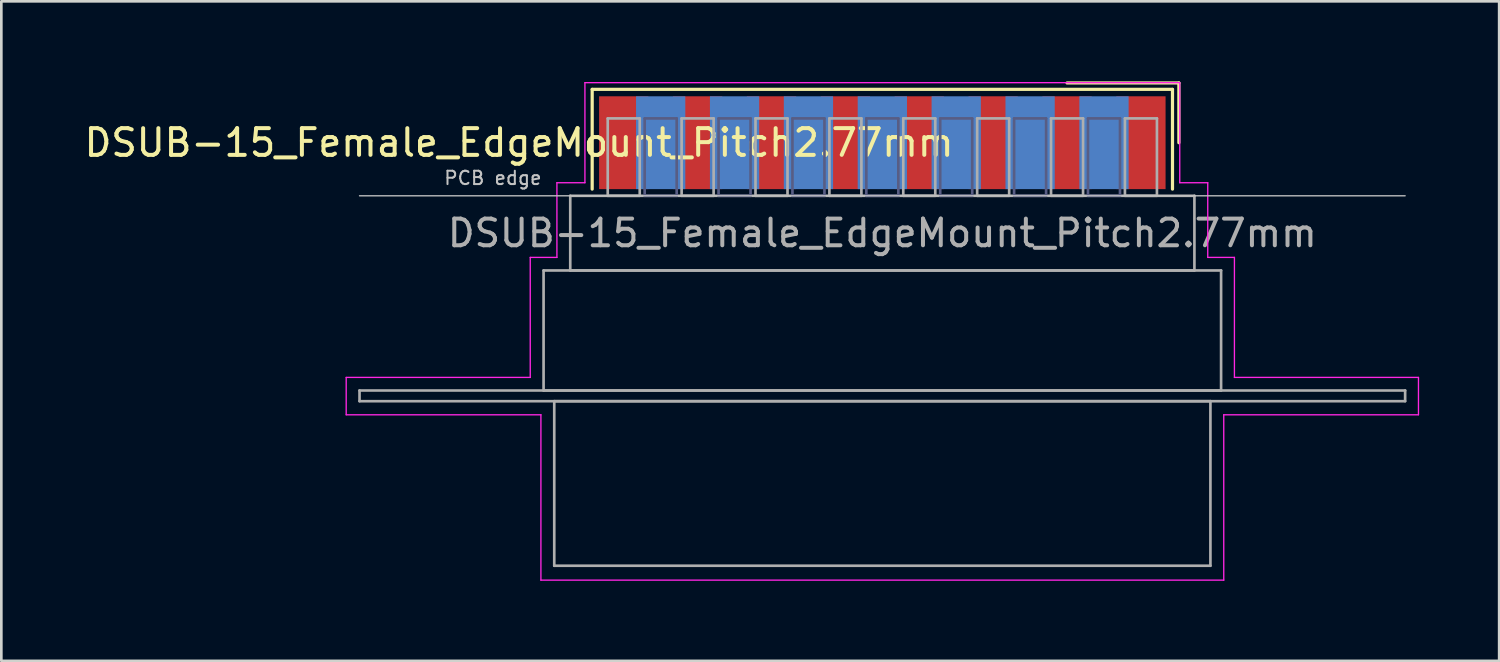
<source format=kicad_pcb>
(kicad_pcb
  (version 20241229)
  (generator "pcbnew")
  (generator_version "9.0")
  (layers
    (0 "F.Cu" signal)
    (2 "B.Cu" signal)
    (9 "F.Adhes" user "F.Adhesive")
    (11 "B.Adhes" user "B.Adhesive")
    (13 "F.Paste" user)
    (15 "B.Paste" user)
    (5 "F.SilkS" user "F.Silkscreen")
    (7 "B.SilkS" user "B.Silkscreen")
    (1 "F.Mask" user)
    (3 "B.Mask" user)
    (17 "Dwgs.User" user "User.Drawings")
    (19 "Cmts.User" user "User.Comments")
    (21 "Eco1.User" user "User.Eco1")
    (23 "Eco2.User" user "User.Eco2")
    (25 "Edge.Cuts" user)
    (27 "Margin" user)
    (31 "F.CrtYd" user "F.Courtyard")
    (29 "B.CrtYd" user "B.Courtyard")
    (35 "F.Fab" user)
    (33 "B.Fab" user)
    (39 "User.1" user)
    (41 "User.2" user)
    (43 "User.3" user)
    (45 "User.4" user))
  (footprint "DSUB-15_Female_EdgeMount_Pitch2.77mm"
    (layer "F.Cu")
    (at 30.029 2.3)
    (property "Reference" "DSUB-15_Female_EdgeMount_Pitch2.77mm" (at -13.618 0 0) (layer "F.SilkS") (effects (font (size 1 1) (thickness 0.15))))
    (attr smd)
    (fp_line (start -10.878 -2) (end -10.878 1.74) (stroke (width 0.12) (type solid)) (layer "F.SilkS"))
    (fp_line (start 10.878 -2) (end -10.878 -2) (stroke (width 0.12) (type solid)) (layer "F.SilkS"))
    (fp_line (start 10.878 1.74) (end 10.878 -2) (stroke (width 0.12) (type solid)) (layer "F.SilkS"))
    (fp_line (start 11.118 -2.24) (end 6.925 -2.24) (stroke (width 0.12) (type solid)) (layer "F.SilkS"))
    (fp_line (start 11.118 0) (end 11.118 -2.24) (stroke (width 0.12) (type solid)) (layer "F.SilkS"))
    (fp_line (start -19.6 1.99) (end 19.6 1.99) (stroke (width 0.05) (type solid)) (layer "Dwgs.User"))
    (fp_line (start -20.1 8.8) (end -13.2 8.8) (stroke (width 0.05) (type solid)) (layer "F.CrtYd"))
    (fp_line (start -20.1 10.2) (end -20.1 8.8) (stroke (width 0.05) (type solid)) (layer "F.CrtYd"))
    (fp_line (start -13.2 4.3) (end -12.2 4.3) (stroke (width 0.05) (type solid)) (layer "F.CrtYd"))
    (fp_line (start -13.2 8.8) (end -13.2 4.3) (stroke (width 0.05) (type solid)) (layer "F.CrtYd"))
    (fp_line (start -12.8 10.2) (end -20.1 10.2) (stroke (width 0.05) (type solid)) (layer "F.CrtYd"))
    (fp_line (start -12.8 16.4) (end -12.8 10.2) (stroke (width 0.05) (type solid)) (layer "F.CrtYd"))
    (fp_line (start -12.2 1.5) (end -11.15 1.5) (stroke (width 0.05) (type solid)) (layer "F.CrtYd"))
    (fp_line (start -12.2 4.3) (end -12.2 1.5) (stroke (width 0.05) (type solid)) (layer "F.CrtYd"))
    (fp_line (start -11.15 -2.25) (end 11.15 -2.25) (stroke (width 0.05) (type solid)) (layer "F.CrtYd"))
    (fp_line (start -11.15 1.5) (end -11.15 -2.25) (stroke (width 0.05) (type solid)) (layer "F.CrtYd"))
    (fp_line (start 11.15 -2.25) (end 11.15 1.5) (stroke (width 0.05) (type solid)) (layer "F.CrtYd"))
    (fp_line (start 11.15 1.5) (end 12.2 1.5) (stroke (width 0.05) (type solid)) (layer "F.CrtYd"))
    (fp_line (start 12.2 1.5) (end 12.2 4.3) (stroke (width 0.05) (type solid)) (layer "F.CrtYd"))
    (fp_line (start 12.2 4.3) (end 13.2 4.3) (stroke (width 0.05) (type solid)) (layer "F.CrtYd"))
    (fp_line (start 12.8 10.2) (end 12.8 16.4) (stroke (width 0.05) (type solid)) (layer "F.CrtYd"))
    (fp_line (start 12.8 16.4) (end -12.8 16.4) (stroke (width 0.05) (type solid)) (layer "F.CrtYd"))
    (fp_line (start 13.2 4.3) (end 13.2 8.8) (stroke (width 0.05) (type solid)) (layer "F.CrtYd"))
    (fp_line (start 13.2 8.8) (end 20.1 8.8) (stroke (width 0.05) (type solid)) (layer "F.CrtYd"))
    (fp_line (start 20.1 8.8) (end 20.1 10.2) (stroke (width 0.05) (type solid)) (layer "F.CrtYd"))
    (fp_line (start 20.1 10.2) (end 12.8 10.2) (stroke (width 0.05) (type solid)) (layer "F.CrtYd"))
    (fp_line (start -8.91 -0.91) (end -8.91 1.99) (stroke (width 0.1) (type solid)) (layer "B.Fab"))
    (fp_line (start -8.91 1.99) (end -7.71 1.99) (stroke (width 0.1) (type solid)) (layer "B.Fab"))
    (fp_line (start -7.71 -0.91) (end -8.91 -0.91) (stroke (width 0.1) (type solid)) (layer "B.Fab"))
    (fp_line (start -7.71 1.99) (end -7.71 -0.91) (stroke (width 0.1) (type solid)) (layer "B.Fab"))
    (fp_line (start -6.14 -0.91) (end -6.14 1.99) (stroke (width 0.1) (type solid)) (layer "B.Fab"))
    (fp_line (start -6.14 1.99) (end -4.94 1.99) (stroke (width 0.1) (type solid)) (layer "B.Fab"))
    (fp_line (start -4.94 -0.91) (end -6.14 -0.91) (stroke (width 0.1) (type solid)) (layer "B.Fab"))
    (fp_line (start -4.94 1.99) (end -4.94 -0.91) (stroke (width 0.1) (type solid)) (layer "B.Fab"))
    (fp_line (start -3.37 -0.91) (end -3.37 1.99) (stroke (width 0.1) (type solid)) (layer "B.Fab"))
    (fp_line (start -3.37 1.99) (end -2.17 1.99) (stroke (width 0.1) (type solid)) (layer "B.Fab"))
    (fp_line (start -2.17 -0.91) (end -3.37 -0.91) (stroke (width 0.1) (type solid)) (layer "B.Fab"))
    (fp_line (start -2.17 1.99) (end -2.17 -0.91) (stroke (width 0.1) (type solid)) (layer "B.Fab"))
    (fp_line (start -0.6 -0.91) (end -0.6 1.99) (stroke (width 0.1) (type solid)) (layer "B.Fab"))
    (fp_line (start -0.6 1.99) (end 0.6 1.99) (stroke (width 0.1) (type solid)) (layer "B.Fab"))
    (fp_line (start 0.6 -0.91) (end -0.6 -0.91) (stroke (width 0.1) (type solid)) (layer "B.Fab"))
    (fp_line (start 0.6 1.99) (end 0.6 -0.91) (stroke (width 0.1) (type solid)) (layer "B.Fab"))
    (fp_line (start 2.17 -0.91) (end 2.17 1.99) (stroke (width 0.1) (type solid)) (layer "B.Fab"))
    (fp_line (start 2.17 1.99) (end 3.37 1.99) (stroke (width 0.1) (type solid)) (layer "B.Fab"))
    (fp_line (start 3.37 -0.91) (end 2.17 -0.91) (stroke (width 0.1) (type solid)) (layer "B.Fab"))
    (fp_line (start 3.37 1.99) (end 3.37 -0.91) (stroke (width 0.1) (type solid)) (layer "B.Fab"))
    (fp_line (start 4.94 -0.91) (end 4.94 1.99) (stroke (width 0.1) (type solid)) (layer "B.Fab"))
    (fp_line (start 4.94 1.99) (end 6.14 1.99) (stroke (width 0.1) (type solid)) (layer "B.Fab"))
    (fp_line (start 6.14 -0.91) (end 4.94 -0.91) (stroke (width 0.1) (type solid)) (layer "B.Fab"))
    (fp_line (start 6.14 1.99) (end 6.14 -0.91) (stroke (width 0.1) (type solid)) (layer "B.Fab"))
    (fp_line (start 7.71 -0.91) (end 7.71 1.99) (stroke (width 0.1) (type solid)) (layer "B.Fab"))
    (fp_line (start 7.71 1.99) (end 8.91 1.99) (stroke (width 0.1) (type solid)) (layer "B.Fab"))
    (fp_line (start 8.91 -0.91) (end 7.71 -0.91) (stroke (width 0.1) (type solid)) (layer "B.Fab"))
    (fp_line (start 8.91 1.99) (end 8.91 -0.91) (stroke (width 0.1) (type solid)) (layer "B.Fab"))
    (fp_line (start -19.6 9.29) (end -19.6 9.69) (stroke (width 0.1) (type solid)) (layer "F.Fab"))
    (fp_line (start -19.6 9.69) (end 19.6 9.69) (stroke (width 0.1) (type solid)) (layer "F.Fab"))
    (fp_line (start -12.7 4.79) (end -12.7 9.29) (stroke (width 0.1) (type solid)) (layer "F.Fab"))
    (fp_line (start -12.7 9.29) (end 12.7 9.29) (stroke (width 0.1) (type solid)) (layer "F.Fab"))
    (fp_line (start -12.3 9.69) (end -12.3 15.86) (stroke (width 0.1) (type solid)) (layer "F.Fab"))
    (fp_line (start -12.3 15.86) (end 12.3 15.86) (stroke (width 0.1) (type solid)) (layer "F.Fab"))
    (fp_line (start -11.7 1.99) (end -11.7 4.79) (stroke (width 0.1) (type solid)) (layer "F.Fab"))
    (fp_line (start -11.7 4.79) (end 11.7 4.79) (stroke (width 0.1) (type solid)) (layer "F.Fab"))
    (fp_line (start -10.295 -0.91) (end -10.295 1.99) (stroke (width 0.1) (type solid)) (layer "F.Fab"))
    (fp_line (start -10.295 1.99) (end -9.095 1.99) (stroke (width 0.1) (type solid)) (layer "F.Fab"))
    (fp_line (start -9.095 -0.91) (end -10.295 -0.91) (stroke (width 0.1) (type solid)) (layer "F.Fab"))
    (fp_line (start -9.095 1.99) (end -9.095 -0.91) (stroke (width 0.1) (type solid)) (layer "F.Fab"))
    (fp_line (start -7.525 -0.91) (end -7.525 1.99) (stroke (width 0.1) (type solid)) (layer "F.Fab"))
    (fp_line (start -7.525 1.99) (end -6.325 1.99) (stroke (width 0.1) (type solid)) (layer "F.Fab"))
    (fp_line (start -6.325 -0.91) (end -7.525 -0.91) (stroke (width 0.1) (type solid)) (layer "F.Fab"))
    (fp_line (start -6.325 1.99) (end -6.325 -0.91) (stroke (width 0.1) (type solid)) (layer "F.Fab"))
    (fp_line (start -4.755 -0.91) (end -4.755 1.99) (stroke (width 0.1) (type solid)) (layer "F.Fab"))
    (fp_line (start -4.755 1.99) (end -3.555 1.99) (stroke (width 0.1) (type solid)) (layer "F.Fab"))
    (fp_line (start -3.555 -0.91) (end -4.755 -0.91) (stroke (width 0.1) (type solid)) (layer "F.Fab"))
    (fp_line (start -3.555 1.99) (end -3.555 -0.91) (stroke (width 0.1) (type solid)) (layer "F.Fab"))
    (fp_line (start -1.985 -0.91) (end -1.985 1.99) (stroke (width 0.1) (type solid)) (layer "F.Fab"))
    (fp_line (start -1.985 1.99) (end -0.785 1.99) (stroke (width 0.1) (type solid)) (layer "F.Fab"))
    (fp_line (start -0.785 -0.91) (end -1.985 -0.91) (stroke (width 0.1) (type solid)) (layer "F.Fab"))
    (fp_line (start -0.785 1.99) (end -0.785 -0.91) (stroke (width 0.1) (type solid)) (layer "F.Fab"))
    (fp_line (start 0.785 -0.91) (end 0.785 1.99) (stroke (width 0.1) (type solid)) (layer "F.Fab"))
    (fp_line (start 0.785 1.99) (end 1.985 1.99) (stroke (width 0.1) (type solid)) (layer "F.Fab"))
    (fp_line (start 1.985 -0.91) (end 0.785 -0.91) (stroke (width 0.1) (type solid)) (layer "F.Fab"))
    (fp_line (start 1.985 1.99) (end 1.985 -0.91) (stroke (width 0.1) (type solid)) (layer "F.Fab"))
    (fp_line (start 3.555 -0.91) (end 3.555 1.99) (stroke (width 0.1) (type solid)) (layer "F.Fab"))
    (fp_line (start 3.555 1.99) (end 4.755 1.99) (stroke (width 0.1) (type solid)) (layer "F.Fab"))
    (fp_line (start 4.755 -0.91) (end 3.555 -0.91) (stroke (width 0.1) (type solid)) (layer "F.Fab"))
    (fp_line (start 4.755 1.99) (end 4.755 -0.91) (stroke (width 0.1) (type solid)) (layer "F.Fab"))
    (fp_line (start 6.325 -0.91) (end 6.325 1.99) (stroke (width 0.1) (type solid)) (layer "F.Fab"))
    (fp_line (start 6.325 1.99) (end 7.525 1.99) (stroke (width 0.1) (type solid)) (layer "F.Fab"))
    (fp_line (start 7.525 -0.91) (end 6.325 -0.91) (stroke (width 0.1) (type solid)) (layer "F.Fab"))
    (fp_line (start 7.525 1.99) (end 7.525 -0.91) (stroke (width 0.1) (type solid)) (layer "F.Fab"))
    (fp_line (start 9.095 -0.91) (end 9.095 1.99) (stroke (width 0.1) (type solid)) (layer "F.Fab"))
    (fp_line (start 9.095 1.99) (end 10.295 1.99) (stroke (width 0.1) (type solid)) (layer "F.Fab"))
    (fp_line (start 10.295 -0.91) (end 9.095 -0.91) (stroke (width 0.1) (type solid)) (layer "F.Fab"))
    (fp_line (start 10.295 1.99) (end 10.295 -0.91) (stroke (width 0.1) (type solid)) (layer "F.Fab"))
    (fp_line (start 11.7 1.99) (end -11.7 1.99) (stroke (width 0.1) (type solid)) (layer "F.Fab"))
    (fp_line (start 11.7 4.79) (end 11.7 1.99) (stroke (width 0.1) (type solid)) (layer "F.Fab"))
    (fp_line (start 12.3 9.69) (end -12.3 9.69) (stroke (width 0.1) (type solid)) (layer "F.Fab"))
    (fp_line (start 12.3 15.86) (end 12.3 9.69) (stroke (width 0.1) (type solid)) (layer "F.Fab"))
    (fp_line (start 12.7 4.79) (end -12.7 4.79) (stroke (width 0.1) (type solid)) (layer "F.Fab"))
    (fp_line (start 12.7 9.29) (end 12.7 4.79) (stroke (width 0.1) (type solid)) (layer "F.Fab"))
    (fp_line (start 19.6 9.29) (end -19.6 9.29) (stroke (width 0.1) (type solid)) (layer "F.Fab"))
    (fp_line (start 19.6 9.69) (end 19.6 9.29) (stroke (width 0.1) (type solid)) (layer "F.Fab"))
    (fp_text user "PCB edge" (at -14.6 1.323 0) (layer "Dwgs.User") (effects (font (size 0.5 0.5) (thickness 0.075))))
    (fp_text user "${REFERENCE}" (at 0 3.39 0) (layer "F.Fab") (effects (font (size 1 1) (thickness 0.15))))
    (pad "1" smd rect (at 9.695 0) (size 1.847 3.48) (layers "F.Cu" "F.Mask" "F.Paste"))
    (pad "2" smd rect (at 6.925 0) (size 1.847 3.48) (layers "F.Cu" "F.Mask" "F.Paste"))
    (pad "3" smd rect (at 4.155 0) (size 1.847 3.48) (layers "F.Cu" "F.Mask" "F.Paste"))
    (pad "4" smd rect (at 1.385 0) (size 1.847 3.48) (layers "F.Cu" "F.Mask" "F.Paste"))
    (pad "5" smd rect (at -1.385 0) (size 1.847 3.48) (layers "F.Cu" "F.Mask" "F.Paste"))
    (pad "6" smd rect (at -4.155 0) (size 1.847 3.48) (layers "F.Cu" "F.Mask" "F.Paste"))
    (pad "7" smd rect (at -6.925 0) (size 1.847 3.48) (layers "F.Cu" "F.Mask" "F.Paste"))
    (pad "8" smd rect (at -9.695 0) (size 1.847 3.48) (layers "F.Cu" "F.Mask" "F.Paste"))
    (pad "9" smd rect (at 8.31 0) (size 1.847 3.48) (layers "B.Cu" "B.Mask" "B.Paste"))
    (pad "10" smd rect (at 5.54 0) (size 1.847 3.48) (layers "B.Cu" "B.Mask" "B.Paste"))
    (pad "11" smd rect (at 2.77 0) (size 1.847 3.48) (layers "B.Cu" "B.Mask" "B.Paste"))
    (pad "12" smd rect (at 0 0) (size 1.847 3.48) (layers "B.Cu" "B.Mask" "B.Paste"))
    (pad "13" smd rect (at -2.77 0) (size 1.847 3.48) (layers "B.Cu" "B.Mask" "B.Paste"))
    (pad "14" smd rect (at -5.54 0) (size 1.847 3.48) (layers "B.Cu" "B.Mask" "B.Paste"))
    (pad "15" smd rect (at -8.31 0) (size 1.847 3.48) (layers "B.Cu" "B.Mask" "B.Paste")))
  (gr_rect
    (start -3 -3)
    (end 53.154 21.725)
    (stroke (width 0.1) (type default))
    (fill no)
    (layer "Edge.Cuts")))
</source>
